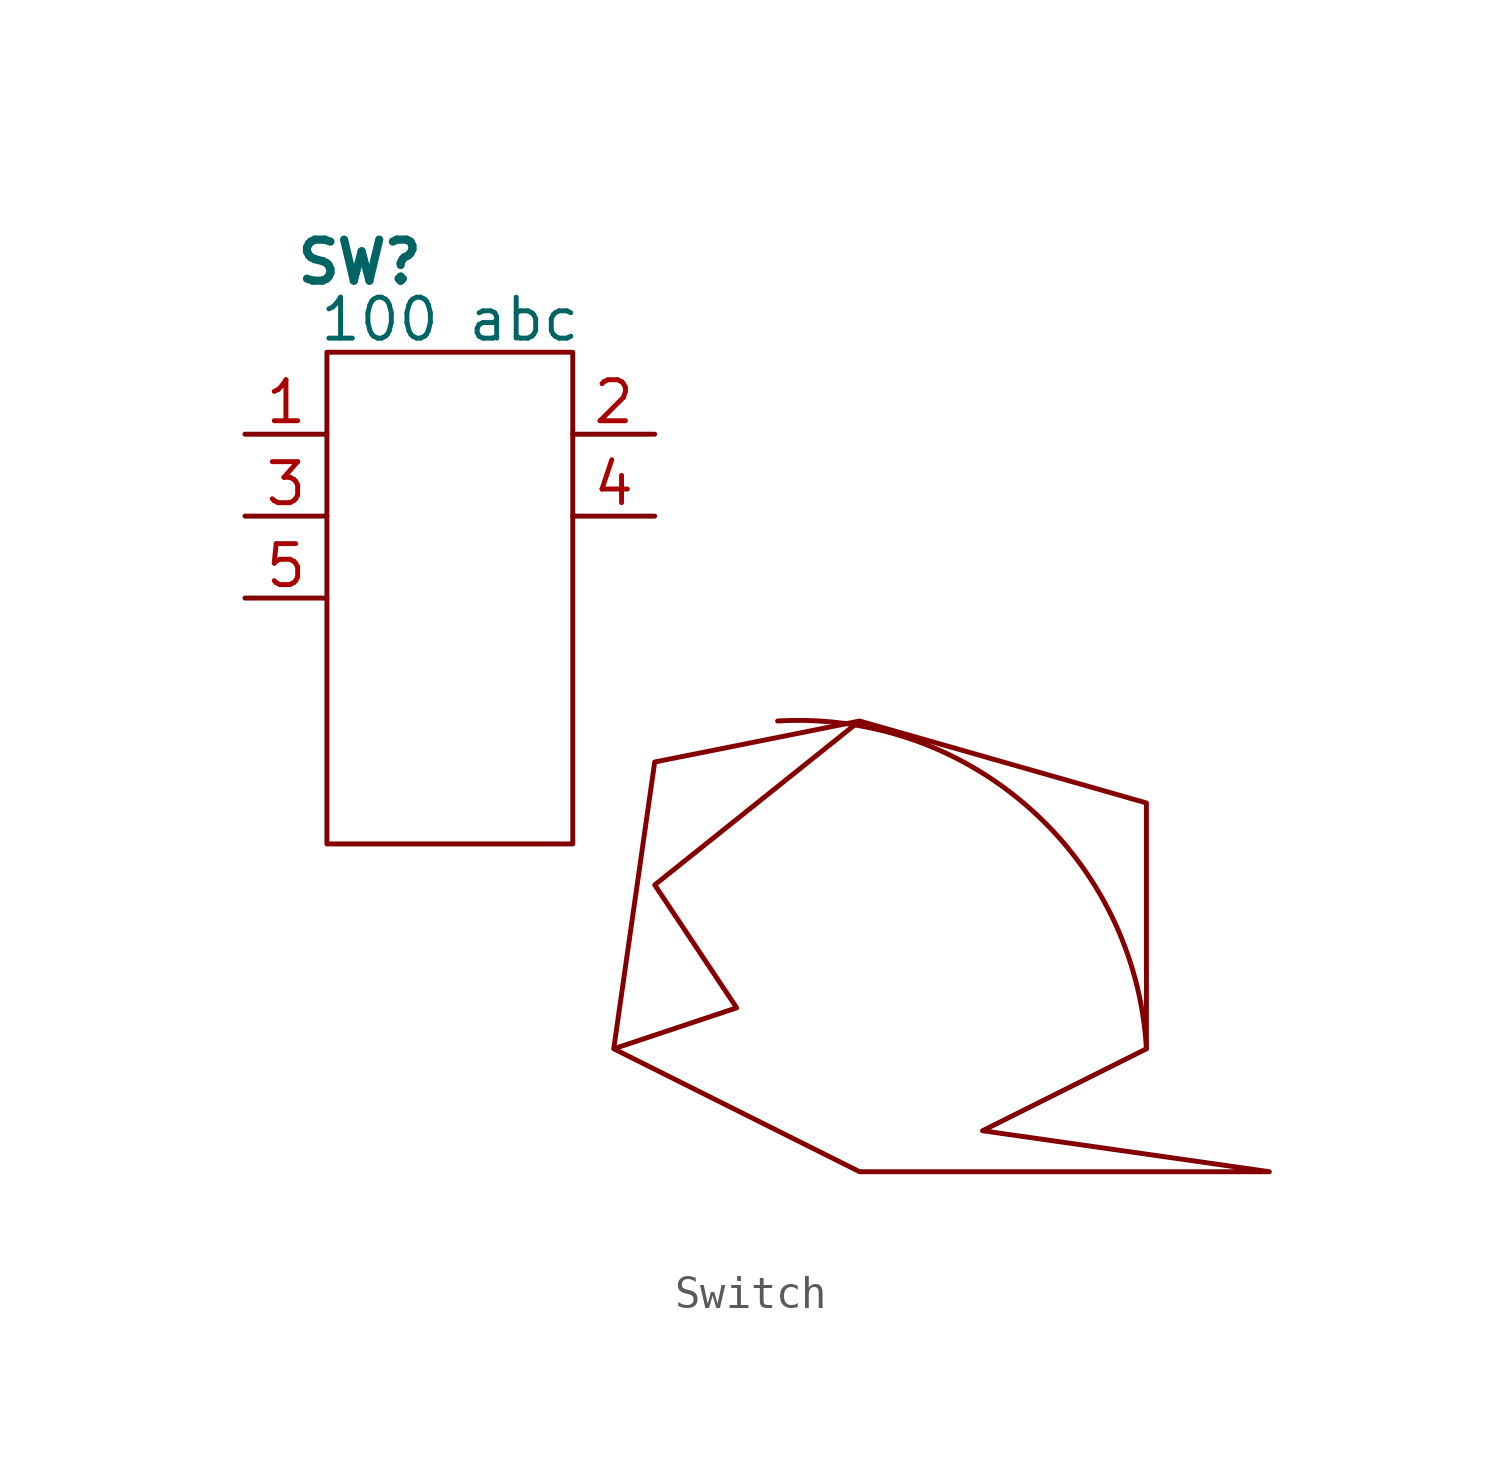
<source format=kicad_sym>
(kicad_symbol_lib
  (version 20241209)
  (generator "kicad_symbol_editor")
  (generator_version "9.0")
  (symbol "Switch"
    (pin_names
      (hide yes))
    (property "Reference" "SW"
      (at -2.794 2.794 0)
      (effects (font (size 1.27 1.27) (thickness 0.254) (bold yes))))
    (property "Value" "100 abc"
      (at 0 1.016 0)
      (effects (font (size 1.27 1.27))))
    (symbol "Switch_0_1"
      (rectangle (start -3.81 0) (end 3.81 -15.24) (stroke (width 0) (type default)) (fill (type none)))
      (polyline (pts (xy 5.08 -21.59) (xy 12.7 -25.4) (xy 25.4 -25.4) (xy 16.51 -24.13) (xy 21.59 -21.59) (xy 21.59 -13.97) (xy 12.7 -11.43) (xy 6.35 -16.51) (xy 8.89 -20.32) (xy 5.08 -21.59) (xy 6.35 -12.7) (xy 12.7 -11.43)) (stroke (width 0) (type default)) (fill (type none)))
      (arc (start 10.16 -11.43) (mid 17.9792 -14.1428) (end 21.59 -21.59) (stroke (width 0) (type default)) (fill (type none))))
    (symbol "Switch_1_1"
      (pin input line (at -6.35 -2.54 0) (length 2.54) (name "A1" (effects (font (size 1.27 1.27)))) (number "1" (effects (font (size 1.27 1.27)))))
      (pin output line (at -6.35 -5.08 0) (length 2.54) (name "A3" (effects (font (size 1.27 1.27)))) (number "3" (effects (font (size 1.27 1.27)))))
      (pin output line (at -6.35 -7.62 0) (length 2.54) (name "A5" (effects (font (size 1.27 1.27)))) (number "5" (effects (font (size 1.27 1.27)))))
      (pin output line (at 6.35 -2.54 180) (length 2.54) (name "A2" (effects (font (size 1.27 1.27)))) (number "2" (effects (font (size 1.27 1.27)))))
      (pin output line (at 6.35 -5.08 180) (length 2.54) (name "A4" (effects (font (size 1.27 1.27)))) (number "4" (effects (font (size 1.27 1.27))))))))
</source>
